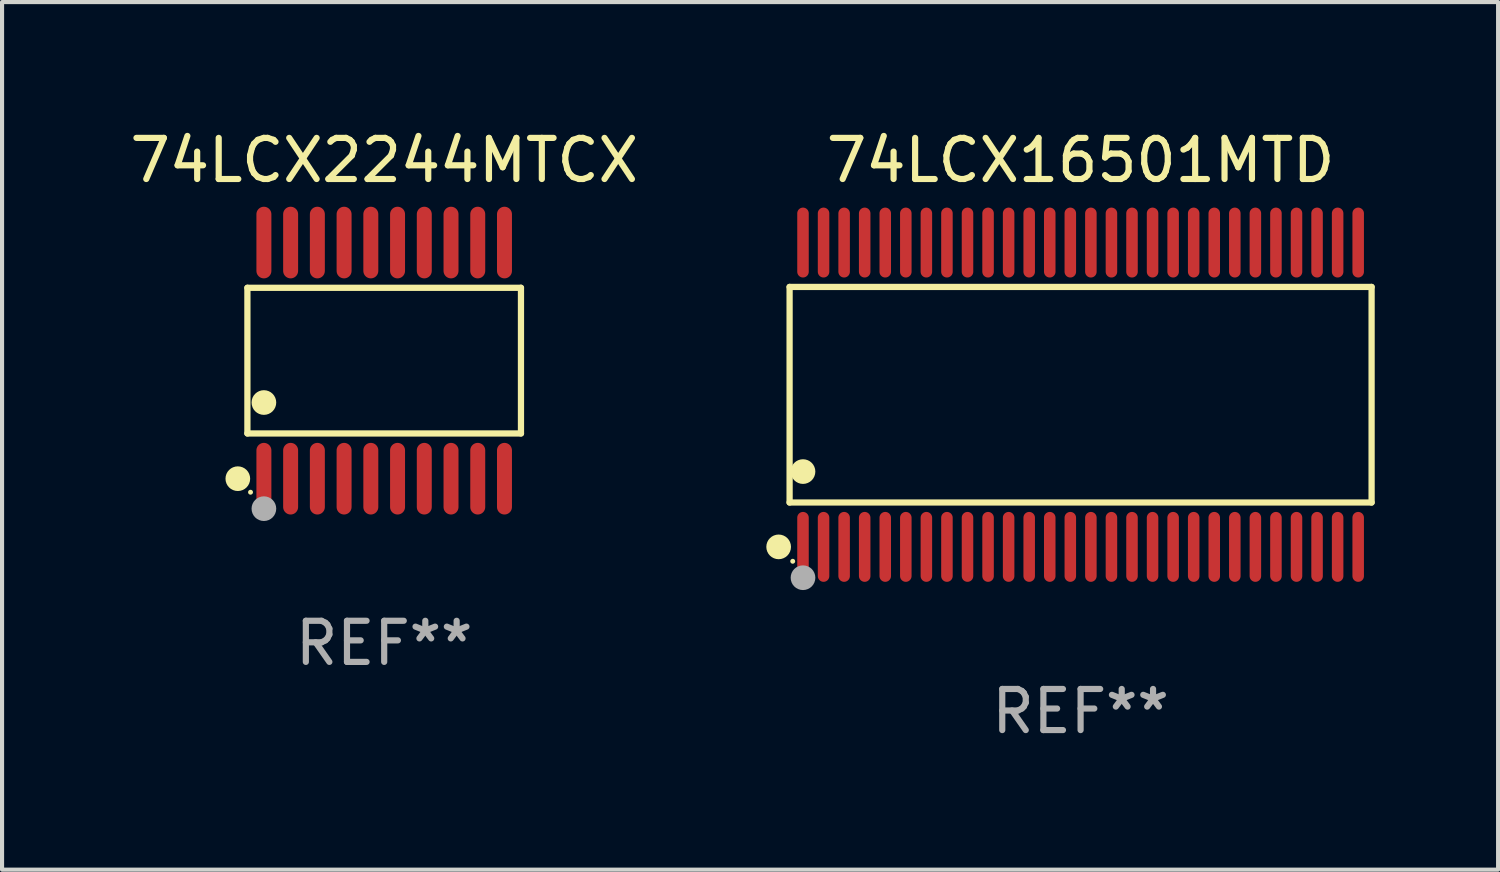
<source format=kicad_pcb>
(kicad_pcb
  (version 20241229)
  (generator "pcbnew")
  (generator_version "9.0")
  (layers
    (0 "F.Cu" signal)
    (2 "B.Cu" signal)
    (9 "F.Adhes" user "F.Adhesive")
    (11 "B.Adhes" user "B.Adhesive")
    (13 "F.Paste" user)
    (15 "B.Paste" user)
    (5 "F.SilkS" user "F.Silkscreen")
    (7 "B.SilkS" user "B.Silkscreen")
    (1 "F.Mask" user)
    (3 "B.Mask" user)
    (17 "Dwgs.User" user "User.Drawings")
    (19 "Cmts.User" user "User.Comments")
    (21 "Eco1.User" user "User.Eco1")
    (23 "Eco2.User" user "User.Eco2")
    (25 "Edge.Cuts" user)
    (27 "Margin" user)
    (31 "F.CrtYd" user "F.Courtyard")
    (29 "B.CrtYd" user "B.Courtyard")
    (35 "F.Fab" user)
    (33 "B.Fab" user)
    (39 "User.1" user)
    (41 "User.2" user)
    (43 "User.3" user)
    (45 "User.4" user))
  (footprint "74LCX2244MTCX"
    (layer "F.Cu")
    (at 6.292 5.719)
    (property "Reference" "74LCX2244MTCX" (at 0 -4.871 0) (layer "F.SilkS") (effects (font (size 1 1) (thickness 0.15))))
    (attr through_hole)
    (fp_line (start -3.326 -1.771) (end 3.326 -1.771) (stroke (width 0.152) (type solid)) (layer "F.SilkS"))
    (fp_line (start -3.326 1.771) (end -3.326 -1.771) (stroke (width 0.152) (type solid)) (layer "F.SilkS"))
    (fp_line (start 3.326 -1.771) (end 3.326 1.771) (stroke (width 0.152) (type solid)) (layer "F.SilkS"))
    (fp_line (start 3.326 1.771) (end -3.326 1.771) (stroke (width 0.152) (type solid)) (layer "F.SilkS"))
    (fp_circle (center -3.559 2.871) (end -3.409 2.871) (stroke (width 0.3) (type solid)) (fill no) (layer "F.SilkS"))
    (fp_circle (center -3.25 3.2) (end -3.22 3.2) (stroke (width 0.06) (type solid)) (fill no) (layer "F.SilkS"))
    (fp_circle (center -2.925 1.019) (end -2.775 1.019) (stroke (width 0.3) (type solid)) (fill no) (layer "F.SilkS"))
    (fp_circle (center -2.925 3.6) (end -2.775 3.6) (stroke (width 0.3) (type solid)) (fill no) (layer "F.Fab"))
    (fp_text user "REF**" (at 0 6.871 0) (layer "F.Fab") (effects (font (size 1 1) (thickness 0.15))))
    (pad "1" smd oval (at -2.925 2.871) (size 0.364 1.742) (layers "F.Cu" "F.Mask" "F.Paste"))
    (pad "2" smd oval (at -2.275 2.871) (size 0.364 1.742) (layers "F.Cu" "F.Mask" "F.Paste"))
    (pad "3" smd oval (at -1.625 2.871) (size 0.364 1.742) (layers "F.Cu" "F.Mask" "F.Paste"))
    (pad "4" smd oval (at -0.975 2.871) (size 0.364 1.742) (layers "F.Cu" "F.Mask" "F.Paste"))
    (pad "5" smd oval (at -0.325 2.871) (size 0.364 1.742) (layers "F.Cu" "F.Mask" "F.Paste"))
    (pad "6" smd oval (at 0.325 2.871) (size 0.364 1.742) (layers "F.Cu" "F.Mask" "F.Paste"))
    (pad "7" smd oval (at 0.975 2.871) (size 0.364 1.742) (layers "F.Cu" "F.Mask" "F.Paste"))
    (pad "8" smd oval (at 1.625 2.871) (size 0.364 1.742) (layers "F.Cu" "F.Mask" "F.Paste"))
    (pad "9" smd oval (at 2.275 2.871) (size 0.364 1.742) (layers "F.Cu" "F.Mask" "F.Paste"))
    (pad "10" smd oval (at 2.925 2.871) (size 0.364 1.742) (layers "F.Cu" "F.Mask" "F.Paste"))
    (pad "11" smd oval (at 2.925 -2.871) (size 0.364 1.742) (layers "F.Cu" "F.Mask" "F.Paste"))
    (pad "12" smd oval (at 2.275 -2.871) (size 0.364 1.742) (layers "F.Cu" "F.Mask" "F.Paste"))
    (pad "13" smd oval (at 1.625 -2.871) (size 0.364 1.742) (layers "F.Cu" "F.Mask" "F.Paste"))
    (pad "14" smd oval (at 0.975 -2.871) (size 0.364 1.742) (layers "F.Cu" "F.Mask" "F.Paste"))
    (pad "15" smd oval (at 0.325 -2.871) (size 0.364 1.742) (layers "F.Cu" "F.Mask" "F.Paste"))
    (pad "16" smd oval (at -0.325 -2.871) (size 0.364 1.742) (layers "F.Cu" "F.Mask" "F.Paste"))
    (pad "17" smd oval (at -0.975 -2.871) (size 0.364 1.742) (layers "F.Cu" "F.Mask" "F.Paste"))
    (pad "18" smd oval (at -1.625 -2.871) (size 0.364 1.742) (layers "F.Cu" "F.Mask" "F.Paste"))
    (pad "19" smd oval (at -2.275 -2.871) (size 0.364 1.742) (layers "F.Cu" "F.Mask" "F.Paste"))
    (pad "20" smd oval (at -2.925 -2.871) (size 0.364 1.742) (layers "F.Cu" "F.Mask" "F.Paste")))
  (footprint "74LCX16501MTD"
    (layer "F.Cu")
    (at 23.226 6.548)
    (property "Reference" "74LCX16501MTD" (at 0 -5.7 0) (layer "F.SilkS") (effects (font (size 1 1) (thickness 0.15))))
    (attr through_hole)
    (fp_line (start -7.076 -2.621) (end 7.076 -2.621) (stroke (width 0.152) (type solid)) (layer "F.SilkS"))
    (fp_line (start -7.076 2.621) (end -7.076 -2.621) (stroke (width 0.152) (type solid)) (layer "F.SilkS"))
    (fp_line (start 7.076 -2.621) (end 7.076 2.621) (stroke (width 0.152) (type solid)) (layer "F.SilkS"))
    (fp_line (start 7.076 2.621) (end -7.076 2.621) (stroke (width 0.152) (type solid)) (layer "F.SilkS"))
    (fp_circle (center -7.342 3.7) (end -7.192 3.7) (stroke (width 0.3) (type solid)) (fill no) (layer "F.SilkS"))
    (fp_circle (center -7 4.05) (end -6.97 4.05) (stroke (width 0.06) (type solid)) (fill no) (layer "F.SilkS"))
    (fp_circle (center -6.75 1.869) (end -6.6 1.869) (stroke (width 0.3) (type solid)) (fill no) (layer "F.SilkS"))
    (fp_circle (center -6.75 4.45) (end -6.6 4.45) (stroke (width 0.3) (type solid)) (fill no) (layer "F.Fab"))
    (fp_text user "REF**" (at 0 7.7 0) (layer "F.Fab") (effects (font (size 1 1) (thickness 0.15))))
    (pad "1" smd oval (at -6.75 3.7) (size 0.28 1.7) (layers "F.Cu" "F.Mask" "F.Paste"))
    (pad "2" smd oval (at -6.25 3.7) (size 0.28 1.7) (layers "F.Cu" "F.Mask" "F.Paste"))
    (pad "3" smd oval (at -5.75 3.7) (size 0.28 1.7) (layers "F.Cu" "F.Mask" "F.Paste"))
    (pad "4" smd oval (at -5.25 3.7) (size 0.28 1.7) (layers "F.Cu" "F.Mask" "F.Paste"))
    (pad "5" smd oval (at -4.75 3.7) (size 0.28 1.7) (layers "F.Cu" "F.Mask" "F.Paste"))
    (pad "6" smd oval (at -4.25 3.7) (size 0.28 1.7) (layers "F.Cu" "F.Mask" "F.Paste"))
    (pad "7" smd oval (at -3.75 3.7) (size 0.28 1.7) (layers "F.Cu" "F.Mask" "F.Paste"))
    (pad "8" smd oval (at -3.25 3.7) (size 0.28 1.7) (layers "F.Cu" "F.Mask" "F.Paste"))
    (pad "9" smd oval (at -2.75 3.7) (size 0.28 1.7) (layers "F.Cu" "F.Mask" "F.Paste"))
    (pad "10" smd oval (at -2.25 3.7) (size 0.28 1.7) (layers "F.Cu" "F.Mask" "F.Paste"))
    (pad "11" smd oval (at -1.75 3.7) (size 0.28 1.7) (layers "F.Cu" "F.Mask" "F.Paste"))
    (pad "12" smd oval (at -1.25 3.7) (size 0.28 1.7) (layers "F.Cu" "F.Mask" "F.Paste"))
    (pad "13" smd oval (at -0.75 3.7) (size 0.28 1.7) (layers "F.Cu" "F.Mask" "F.Paste"))
    (pad "14" smd oval (at -0.25 3.7) (size 0.28 1.7) (layers "F.Cu" "F.Mask" "F.Paste"))
    (pad "15" smd oval (at 0.25 3.7) (size 0.28 1.7) (layers "F.Cu" "F.Mask" "F.Paste"))
    (pad "16" smd oval (at 0.75 3.7) (size 0.28 1.7) (layers "F.Cu" "F.Mask" "F.Paste"))
    (pad "17" smd oval (at 1.25 3.7) (size 0.28 1.7) (layers "F.Cu" "F.Mask" "F.Paste"))
    (pad "18" smd oval (at 1.75 3.7) (size 0.28 1.7) (layers "F.Cu" "F.Mask" "F.Paste"))
    (pad "19" smd oval (at 2.25 3.7) (size 0.28 1.7) (layers "F.Cu" "F.Mask" "F.Paste"))
    (pad "20" smd oval (at 2.75 3.7) (size 0.28 1.7) (layers "F.Cu" "F.Mask" "F.Paste"))
    (pad "21" smd oval (at 3.25 3.7) (size 0.28 1.7) (layers "F.Cu" "F.Mask" "F.Paste"))
    (pad "22" smd oval (at 3.75 3.7) (size 0.28 1.7) (layers "F.Cu" "F.Mask" "F.Paste"))
    (pad "23" smd oval (at 4.25 3.7) (size 0.28 1.7) (layers "F.Cu" "F.Mask" "F.Paste"))
    (pad "24" smd oval (at 4.75 3.7) (size 0.28 1.7) (layers "F.Cu" "F.Mask" "F.Paste"))
    (pad "25" smd oval (at 5.25 3.7) (size 0.28 1.7) (layers "F.Cu" "F.Mask" "F.Paste"))
    (pad "26" smd oval (at 5.75 3.7) (size 0.28 1.7) (layers "F.Cu" "F.Mask" "F.Paste"))
    (pad "27" smd oval (at 6.25 3.7) (size 0.28 1.7) (layers "F.Cu" "F.Mask" "F.Paste"))
    (pad "28" smd oval (at 6.75 3.7) (size 0.28 1.7) (layers "F.Cu" "F.Mask" "F.Paste"))
    (pad "29" smd oval (at 6.75 -3.7) (size 0.28 1.7) (layers "F.Cu" "F.Mask" "F.Paste"))
    (pad "30" smd oval (at 6.25 -3.7) (size 0.28 1.7) (layers "F.Cu" "F.Mask" "F.Paste"))
    (pad "31" smd oval (at 5.75 -3.7) (size 0.28 1.7) (layers "F.Cu" "F.Mask" "F.Paste"))
    (pad "32" smd oval (at 5.25 -3.7) (size 0.28 1.7) (layers "F.Cu" "F.Mask" "F.Paste"))
    (pad "33" smd oval (at 4.75 -3.7) (size 0.28 1.7) (layers "F.Cu" "F.Mask" "F.Paste"))
    (pad "34" smd oval (at 4.25 -3.7) (size 0.28 1.7) (layers "F.Cu" "F.Mask" "F.Paste"))
    (pad "35" smd oval (at 3.75 -3.7) (size 0.28 1.7) (layers "F.Cu" "F.Mask" "F.Paste"))
    (pad "36" smd oval (at 3.25 -3.7) (size 0.28 1.7) (layers "F.Cu" "F.Mask" "F.Paste"))
    (pad "37" smd oval (at 2.75 -3.7) (size 0.28 1.7) (layers "F.Cu" "F.Mask" "F.Paste"))
    (pad "38" smd oval (at 2.25 -3.7) (size 0.28 1.7) (layers "F.Cu" "F.Mask" "F.Paste"))
    (pad "39" smd oval (at 1.75 -3.7) (size 0.28 1.7) (layers "F.Cu" "F.Mask" "F.Paste"))
    (pad "40" smd oval (at 1.25 -3.7) (size 0.28 1.7) (layers "F.Cu" "F.Mask" "F.Paste"))
    (pad "41" smd oval (at 0.75 -3.7) (size 0.28 1.7) (layers "F.Cu" "F.Mask" "F.Paste"))
    (pad "42" smd oval (at 0.25 -3.7) (size 0.28 1.7) (layers "F.Cu" "F.Mask" "F.Paste"))
    (pad "43" smd oval (at -0.25 -3.7) (size 0.28 1.7) (layers "F.Cu" "F.Mask" "F.Paste"))
    (pad "44" smd oval (at -0.75 -3.7) (size 0.28 1.7) (layers "F.Cu" "F.Mask" "F.Paste"))
    (pad "45" smd oval (at -1.25 -3.7) (size 0.28 1.7) (layers "F.Cu" "F.Mask" "F.Paste"))
    (pad "46" smd oval (at -1.75 -3.7) (size 0.28 1.7) (layers "F.Cu" "F.Mask" "F.Paste"))
    (pad "47" smd oval (at -2.25 -3.7) (size 0.28 1.7) (layers "F.Cu" "F.Mask" "F.Paste"))
    (pad "48" smd oval (at -2.75 -3.7) (size 0.28 1.7) (layers "F.Cu" "F.Mask" "F.Paste"))
    (pad "49" smd oval (at -3.25 -3.7) (size 0.28 1.7) (layers "F.Cu" "F.Mask" "F.Paste"))
    (pad "50" smd oval (at -3.75 -3.7) (size 0.28 1.7) (layers "F.Cu" "F.Mask" "F.Paste"))
    (pad "51" smd oval (at -4.25 -3.7) (size 0.28 1.7) (layers "F.Cu" "F.Mask" "F.Paste"))
    (pad "52" smd oval (at -4.75 -3.7) (size 0.28 1.7) (layers "F.Cu" "F.Mask" "F.Paste"))
    (pad "53" smd oval (at -5.25 -3.7) (size 0.28 1.7) (layers "F.Cu" "F.Mask" "F.Paste"))
    (pad "54" smd oval (at -5.75 -3.7) (size 0.28 1.7) (layers "F.Cu" "F.Mask" "F.Paste"))
    (pad "55" smd oval (at -6.25 -3.7) (size 0.28 1.7) (layers "F.Cu" "F.Mask" "F.Paste"))
    (pad "56" smd oval (at -6.75 -3.7) (size 0.28 1.7) (layers "F.Cu" "F.Mask" "F.Paste")))
  (gr_rect
    (start -3 -3)
    (end 33.378 18.097)
    (stroke (width 0.1) (type default))
    (fill no)
    (layer "Edge.Cuts")))
</source>
